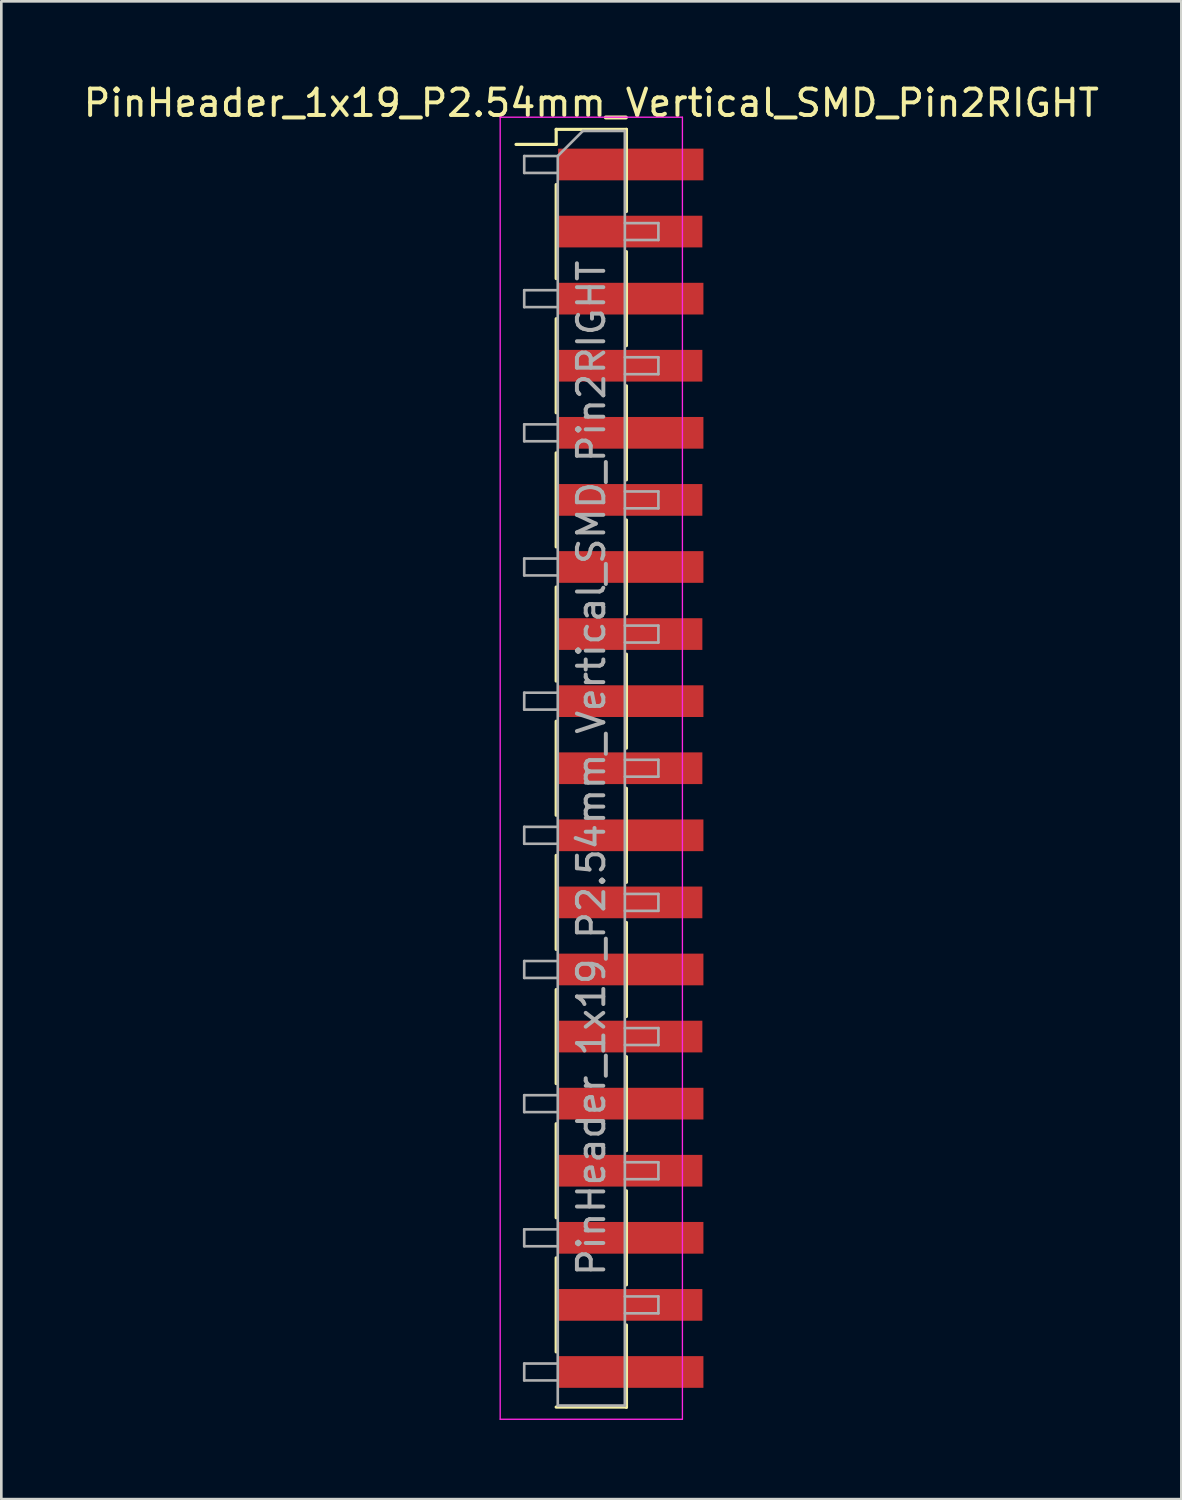
<source format=kicad_pcb>
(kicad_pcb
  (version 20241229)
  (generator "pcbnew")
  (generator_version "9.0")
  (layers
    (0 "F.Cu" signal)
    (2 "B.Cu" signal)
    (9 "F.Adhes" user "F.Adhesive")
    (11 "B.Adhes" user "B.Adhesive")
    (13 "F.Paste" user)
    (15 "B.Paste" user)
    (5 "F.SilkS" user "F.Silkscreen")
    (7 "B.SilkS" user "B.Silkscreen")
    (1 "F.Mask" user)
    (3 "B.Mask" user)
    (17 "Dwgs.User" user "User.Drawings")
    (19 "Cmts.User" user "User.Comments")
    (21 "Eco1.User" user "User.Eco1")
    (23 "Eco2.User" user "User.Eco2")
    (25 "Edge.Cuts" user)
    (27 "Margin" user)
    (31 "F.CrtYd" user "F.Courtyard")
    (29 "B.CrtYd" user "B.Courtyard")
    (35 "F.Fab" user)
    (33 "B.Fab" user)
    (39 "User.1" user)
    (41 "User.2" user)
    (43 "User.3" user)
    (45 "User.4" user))
  (footprint "PinHeader_1x19_P2.54mm_Vertical_SMD_Pin2RIGHT"
    (layer "F.Cu")
    (at 19.339 26.038)
    (property "Reference" "PinHeader_1x19_P2.54mm_Vertical_SMD_Pin2RIGHT" (at 0 -25.19 0) (layer "F.SilkS") (effects (font (size 1 1) (thickness 0.15))))
    (attr smd)
    (fp_line (start -1.33 -24.19) (end -1.33 -23.62) (stroke (width 0.12) (type solid)) (layer "F.SilkS"))
    (fp_line (start -1.33 -24.19) (end 1.33 -24.19) (stroke (width 0.12) (type solid)) (layer "F.SilkS"))
    (fp_line (start -1.33 -23.62) (end -2.85 -23.62) (stroke (width 0.12) (type solid)) (layer "F.SilkS"))
    (fp_line (start -1.33 -22.1) (end -1.33 -18.54) (stroke (width 0.12) (type solid)) (layer "F.SilkS"))
    (fp_line (start -1.33 -17.02) (end -1.33 -13.46) (stroke (width 0.12) (type solid)) (layer "F.SilkS"))
    (fp_line (start -1.33 -11.94) (end -1.33 -8.38) (stroke (width 0.12) (type solid)) (layer "F.SilkS"))
    (fp_line (start -1.33 -6.86) (end -1.33 -3.3) (stroke (width 0.12) (type solid)) (layer "F.SilkS"))
    (fp_line (start -1.33 -1.78) (end -1.33 1.78) (stroke (width 0.12) (type solid)) (layer "F.SilkS"))
    (fp_line (start -1.33 3.3) (end -1.33 6.86) (stroke (width 0.12) (type solid)) (layer "F.SilkS"))
    (fp_line (start -1.33 8.38) (end -1.33 11.94) (stroke (width 0.12) (type solid)) (layer "F.SilkS"))
    (fp_line (start -1.33 13.46) (end -1.33 17.02) (stroke (width 0.12) (type solid)) (layer "F.SilkS"))
    (fp_line (start -1.33 18.54) (end -1.33 22.1) (stroke (width 0.12) (type solid)) (layer "F.SilkS"))
    (fp_line (start -1.33 24.19) (end 1.33 24.19) (stroke (width 0.12) (type solid)) (layer "F.SilkS"))
    (fp_line (start 1.33 -24.19) (end 1.33 -21.08) (stroke (width 0.12) (type solid)) (layer "F.SilkS"))
    (fp_line (start 1.33 -19.56) (end 1.33 -16) (stroke (width 0.12) (type solid)) (layer "F.SilkS"))
    (fp_line (start 1.33 -14.48) (end 1.33 -10.92) (stroke (width 0.12) (type solid)) (layer "F.SilkS"))
    (fp_line (start 1.33 -9.4) (end 1.33 -5.84) (stroke (width 0.12) (type solid)) (layer "F.SilkS"))
    (fp_line (start 1.33 -4.32) (end 1.33 -0.76) (stroke (width 0.12) (type solid)) (layer "F.SilkS"))
    (fp_line (start 1.33 0.76) (end 1.33 4.32) (stroke (width 0.12) (type solid)) (layer "F.SilkS"))
    (fp_line (start 1.33 5.84) (end 1.33 9.4) (stroke (width 0.12) (type solid)) (layer "F.SilkS"))
    (fp_line (start 1.33 10.92) (end 1.33 14.48) (stroke (width 0.12) (type solid)) (layer "F.SilkS"))
    (fp_line (start 1.33 16) (end 1.33 19.56) (stroke (width 0.12) (type solid)) (layer "F.SilkS"))
    (fp_line (start 1.33 21.08) (end 1.33 24.19) (stroke (width 0.12) (type solid)) (layer "F.SilkS"))
    (fp_line (start 1.33 23.62) (end 1.33 24.19) (stroke (width 0.12) (type solid)) (layer "F.SilkS"))
    (fp_line (start -3.45 -24.65) (end -3.45 24.65) (stroke (width 0.05) (type solid)) (layer "F.CrtYd"))
    (fp_line (start -3.45 24.65) (end 3.45 24.65) (stroke (width 0.05) (type solid)) (layer "F.CrtYd"))
    (fp_line (start 3.45 -24.65) (end -3.45 -24.65) (stroke (width 0.05) (type solid)) (layer "F.CrtYd"))
    (fp_line (start 3.45 24.65) (end 3.45 -24.65) (stroke (width 0.05) (type solid)) (layer "F.CrtYd"))
    (fp_line (start -2.54 -23.18) (end -2.54 -22.54) (stroke (width 0.1) (type solid)) (layer "F.Fab"))
    (fp_line (start -2.54 -22.54) (end -1.27 -22.54) (stroke (width 0.1) (type solid)) (layer "F.Fab"))
    (fp_line (start -2.54 -18.1) (end -2.54 -17.46) (stroke (width 0.1) (type solid)) (layer "F.Fab"))
    (fp_line (start -2.54 -17.46) (end -1.27 -17.46) (stroke (width 0.1) (type solid)) (layer "F.Fab"))
    (fp_line (start -2.54 -13.02) (end -2.54 -12.38) (stroke (width 0.1) (type solid)) (layer "F.Fab"))
    (fp_line (start -2.54 -12.38) (end -1.27 -12.38) (stroke (width 0.1) (type solid)) (layer "F.Fab"))
    (fp_line (start -2.54 -7.94) (end -2.54 -7.3) (stroke (width 0.1) (type solid)) (layer "F.Fab"))
    (fp_line (start -2.54 -7.3) (end -1.27 -7.3) (stroke (width 0.1) (type solid)) (layer "F.Fab"))
    (fp_line (start -2.54 -2.86) (end -2.54 -2.22) (stroke (width 0.1) (type solid)) (layer "F.Fab"))
    (fp_line (start -2.54 -2.22) (end -1.27 -2.22) (stroke (width 0.1) (type solid)) (layer "F.Fab"))
    (fp_line (start -2.54 2.22) (end -2.54 2.86) (stroke (width 0.1) (type solid)) (layer "F.Fab"))
    (fp_line (start -2.54 2.86) (end -1.27 2.86) (stroke (width 0.1) (type solid)) (layer "F.Fab"))
    (fp_line (start -2.54 7.3) (end -2.54 7.94) (stroke (width 0.1) (type solid)) (layer "F.Fab"))
    (fp_line (start -2.54 7.94) (end -1.27 7.94) (stroke (width 0.1) (type solid)) (layer "F.Fab"))
    (fp_line (start -2.54 12.38) (end -2.54 13.02) (stroke (width 0.1) (type solid)) (layer "F.Fab"))
    (fp_line (start -2.54 13.02) (end -1.27 13.02) (stroke (width 0.1) (type solid)) (layer "F.Fab"))
    (fp_line (start -2.54 17.46) (end -2.54 18.1) (stroke (width 0.1) (type solid)) (layer "F.Fab"))
    (fp_line (start -2.54 18.1) (end -1.27 18.1) (stroke (width 0.1) (type solid)) (layer "F.Fab"))
    (fp_line (start -2.54 22.54) (end -2.54 23.18) (stroke (width 0.1) (type solid)) (layer "F.Fab"))
    (fp_line (start -2.54 23.18) (end -1.27 23.18) (stroke (width 0.1) (type solid)) (layer "F.Fab"))
    (fp_line (start -1.27 -23.18) (end -2.54 -23.18) (stroke (width 0.1) (type solid)) (layer "F.Fab"))
    (fp_line (start -1.27 -23.18) (end -0.32 -24.13) (stroke (width 0.1) (type solid)) (layer "F.Fab"))
    (fp_line (start -1.27 -18.1) (end -2.54 -18.1) (stroke (width 0.1) (type solid)) (layer "F.Fab"))
    (fp_line (start -1.27 -13.02) (end -2.54 -13.02) (stroke (width 0.1) (type solid)) (layer "F.Fab"))
    (fp_line (start -1.27 -7.94) (end -2.54 -7.94) (stroke (width 0.1) (type solid)) (layer "F.Fab"))
    (fp_line (start -1.27 -2.86) (end -2.54 -2.86) (stroke (width 0.1) (type solid)) (layer "F.Fab"))
    (fp_line (start -1.27 2.22) (end -2.54 2.22) (stroke (width 0.1) (type solid)) (layer "F.Fab"))
    (fp_line (start -1.27 7.3) (end -2.54 7.3) (stroke (width 0.1) (type solid)) (layer "F.Fab"))
    (fp_line (start -1.27 12.38) (end -2.54 12.38) (stroke (width 0.1) (type solid)) (layer "F.Fab"))
    (fp_line (start -1.27 17.46) (end -2.54 17.46) (stroke (width 0.1) (type solid)) (layer "F.Fab"))
    (fp_line (start -1.27 22.54) (end -2.54 22.54) (stroke (width 0.1) (type solid)) (layer "F.Fab"))
    (fp_line (start -1.27 24.13) (end -1.27 -23.18) (stroke (width 0.1) (type solid)) (layer "F.Fab"))
    (fp_line (start -0.32 -24.13) (end 1.27 -24.13) (stroke (width 0.1) (type solid)) (layer "F.Fab"))
    (fp_line (start 1.27 -24.13) (end 1.27 24.13) (stroke (width 0.1) (type solid)) (layer "F.Fab"))
    (fp_line (start 1.27 -20.64) (end 2.54 -20.64) (stroke (width 0.1) (type solid)) (layer "F.Fab"))
    (fp_line (start 1.27 -15.56) (end 2.54 -15.56) (stroke (width 0.1) (type solid)) (layer "F.Fab"))
    (fp_line (start 1.27 -10.48) (end 2.54 -10.48) (stroke (width 0.1) (type solid)) (layer "F.Fab"))
    (fp_line (start 1.27 -5.4) (end 2.54 -5.4) (stroke (width 0.1) (type solid)) (layer "F.Fab"))
    (fp_line (start 1.27 -0.32) (end 2.54 -0.32) (stroke (width 0.1) (type solid)) (layer "F.Fab"))
    (fp_line (start 1.27 4.76) (end 2.54 4.76) (stroke (width 0.1) (type solid)) (layer "F.Fab"))
    (fp_line (start 1.27 9.84) (end 2.54 9.84) (stroke (width 0.1) (type solid)) (layer "F.Fab"))
    (fp_line (start 1.27 14.92) (end 2.54 14.92) (stroke (width 0.1) (type solid)) (layer "F.Fab"))
    (fp_line (start 1.27 20) (end 2.54 20) (stroke (width 0.1) (type solid)) (layer "F.Fab"))
    (fp_line (start 1.27 24.13) (end -1.27 24.13) (stroke (width 0.1) (type solid)) (layer "F.Fab"))
    (fp_line (start 2.54 -20.64) (end 2.54 -20) (stroke (width 0.1) (type solid)) (layer "F.Fab"))
    (fp_line (start 2.54 -20) (end 1.27 -20) (stroke (width 0.1) (type solid)) (layer "F.Fab"))
    (fp_line (start 2.54 -15.56) (end 2.54 -14.92) (stroke (width 0.1) (type solid)) (layer "F.Fab"))
    (fp_line (start 2.54 -14.92) (end 1.27 -14.92) (stroke (width 0.1) (type solid)) (layer "F.Fab"))
    (fp_line (start 2.54 -10.48) (end 2.54 -9.84) (stroke (width 0.1) (type solid)) (layer "F.Fab"))
    (fp_line (start 2.54 -9.84) (end 1.27 -9.84) (stroke (width 0.1) (type solid)) (layer "F.Fab"))
    (fp_line (start 2.54 -5.4) (end 2.54 -4.76) (stroke (width 0.1) (type solid)) (layer "F.Fab"))
    (fp_line (start 2.54 -4.76) (end 1.27 -4.76) (stroke (width 0.1) (type solid)) (layer "F.Fab"))
    (fp_line (start 2.54 -0.32) (end 2.54 0.32) (stroke (width 0.1) (type solid)) (layer "F.Fab"))
    (fp_line (start 2.54 0.32) (end 1.27 0.32) (stroke (width 0.1) (type solid)) (layer "F.Fab"))
    (fp_line (start 2.54 4.76) (end 2.54 5.4) (stroke (width 0.1) (type solid)) (layer "F.Fab"))
    (fp_line (start 2.54 5.4) (end 1.27 5.4) (stroke (width 0.1) (type solid)) (layer "F.Fab"))
    (fp_line (start 2.54 9.84) (end 2.54 10.48) (stroke (width 0.1) (type solid)) (layer "F.Fab"))
    (fp_line (start 2.54 10.48) (end 1.27 10.48) (stroke (width 0.1) (type solid)) (layer "F.Fab"))
    (fp_line (start 2.54 14.92) (end 2.54 15.56) (stroke (width 0.1) (type solid)) (layer "F.Fab"))
    (fp_line (start 2.54 15.56) (end 1.27 15.56) (stroke (width 0.1) (type solid)) (layer "F.Fab"))
    (fp_line (start 2.54 20) (end 2.54 20.64) (stroke (width 0.1) (type solid)) (layer "F.Fab"))
    (fp_line (start 2.54 20.64) (end 1.27 20.64) (stroke (width 0.1) (type solid)) (layer "F.Fab"))
    (fp_text user "${REFERENCE}" (at 0 0 90) (layer "F.Fab") (effects (font (size 1 1) (thickness 0.15))))
    (pad "1" smd rect (at -1.655 -22.86) (size 5.5 1.2) (drill (offset 3.15 0)) (layers "F.Cu" "F.Mask" "F.Paste"))
    (pad "2" smd rect (at 1.655 -20.32) (size 5.5 1.2) (drill (offset -0.2 0)) (layers "F.Cu" "F.Mask" "F.Paste"))
    (pad "3" smd rect (at -1.655 -17.78) (size 5.5 1.2) (drill (offset 3.15 0)) (layers "F.Cu" "F.Mask" "F.Paste"))
    (pad "4" smd rect (at 1.655 -15.24) (size 5.5 1.2) (drill (offset -0.2 0)) (layers "F.Cu" "F.Mask" "F.Paste"))
    (pad "5" smd rect (at -1.655 -12.7) (size 5.5 1.2) (drill (offset 3.15 0)) (layers "F.Cu" "F.Mask" "F.Paste"))
    (pad "6" smd rect (at 1.655 -10.16) (size 5.5 1.2) (drill (offset -0.2 0)) (layers "F.Cu" "F.Mask" "F.Paste"))
    (pad "7" smd rect (at -1.655 -7.62) (size 5.5 1.2) (drill (offset 3.15 0)) (layers "F.Cu" "F.Mask" "F.Paste"))
    (pad "8" smd rect (at 1.655 -5.08) (size 5.5 1.2) (drill (offset -0.2 0)) (layers "F.Cu" "F.Mask" "F.Paste"))
    (pad "9" smd rect (at -1.655 -2.54) (size 5.5 1.2) (drill (offset 3.15 0)) (layers "F.Cu" "F.Mask" "F.Paste"))
    (pad "10" smd rect (at 1.655 0) (size 5.5 1.2) (drill (offset -0.2 0)) (layers "F.Cu" "F.Mask" "F.Paste"))
    (pad "11" smd rect (at -1.655 2.54) (size 5.5 1.2) (drill (offset 3.15 0)) (layers "F.Cu" "F.Mask" "F.Paste"))
    (pad "12" smd rect (at 1.655 5.08) (size 5.5 1.2) (drill (offset -0.2 0)) (layers "F.Cu" "F.Mask" "F.Paste"))
    (pad "13" smd rect (at -1.655 7.62) (size 5.5 1.2) (drill (offset 3.15 0)) (layers "F.Cu" "F.Mask" "F.Paste"))
    (pad "14" smd rect (at 1.655 10.16) (size 5.5 1.2) (drill (offset -0.2 0)) (layers "F.Cu" "F.Mask" "F.Paste"))
    (pad "15" smd rect (at -1.655 12.7) (size 5.5 1.2) (drill (offset 3.15 0)) (layers "F.Cu" "F.Mask" "F.Paste"))
    (pad "16" smd rect (at 1.655 15.24) (size 5.5 1.2) (drill (offset -0.2 0)) (layers "F.Cu" "F.Mask" "F.Paste"))
    (pad "17" smd rect (at -1.655 17.78) (size 5.5 1.2) (drill (offset 3.15 0)) (layers "F.Cu" "F.Mask" "F.Paste"))
    (pad "18" smd rect (at 1.655 20.32) (size 5.5 1.2) (drill (offset -0.2 0)) (layers "F.Cu" "F.Mask" "F.Paste"))
    (pad "19" smd rect (at -1.655 22.86) (size 5.5 1.2) (drill (offset 3.15 0)) (layers "F.Cu" "F.Mask" "F.Paste")))
  (gr_rect
    (start -3 -3)
    (end 41.679 53.713)
    (stroke (width 0.1) (type default))
    (fill no)
    (layer "Edge.Cuts")))
</source>
